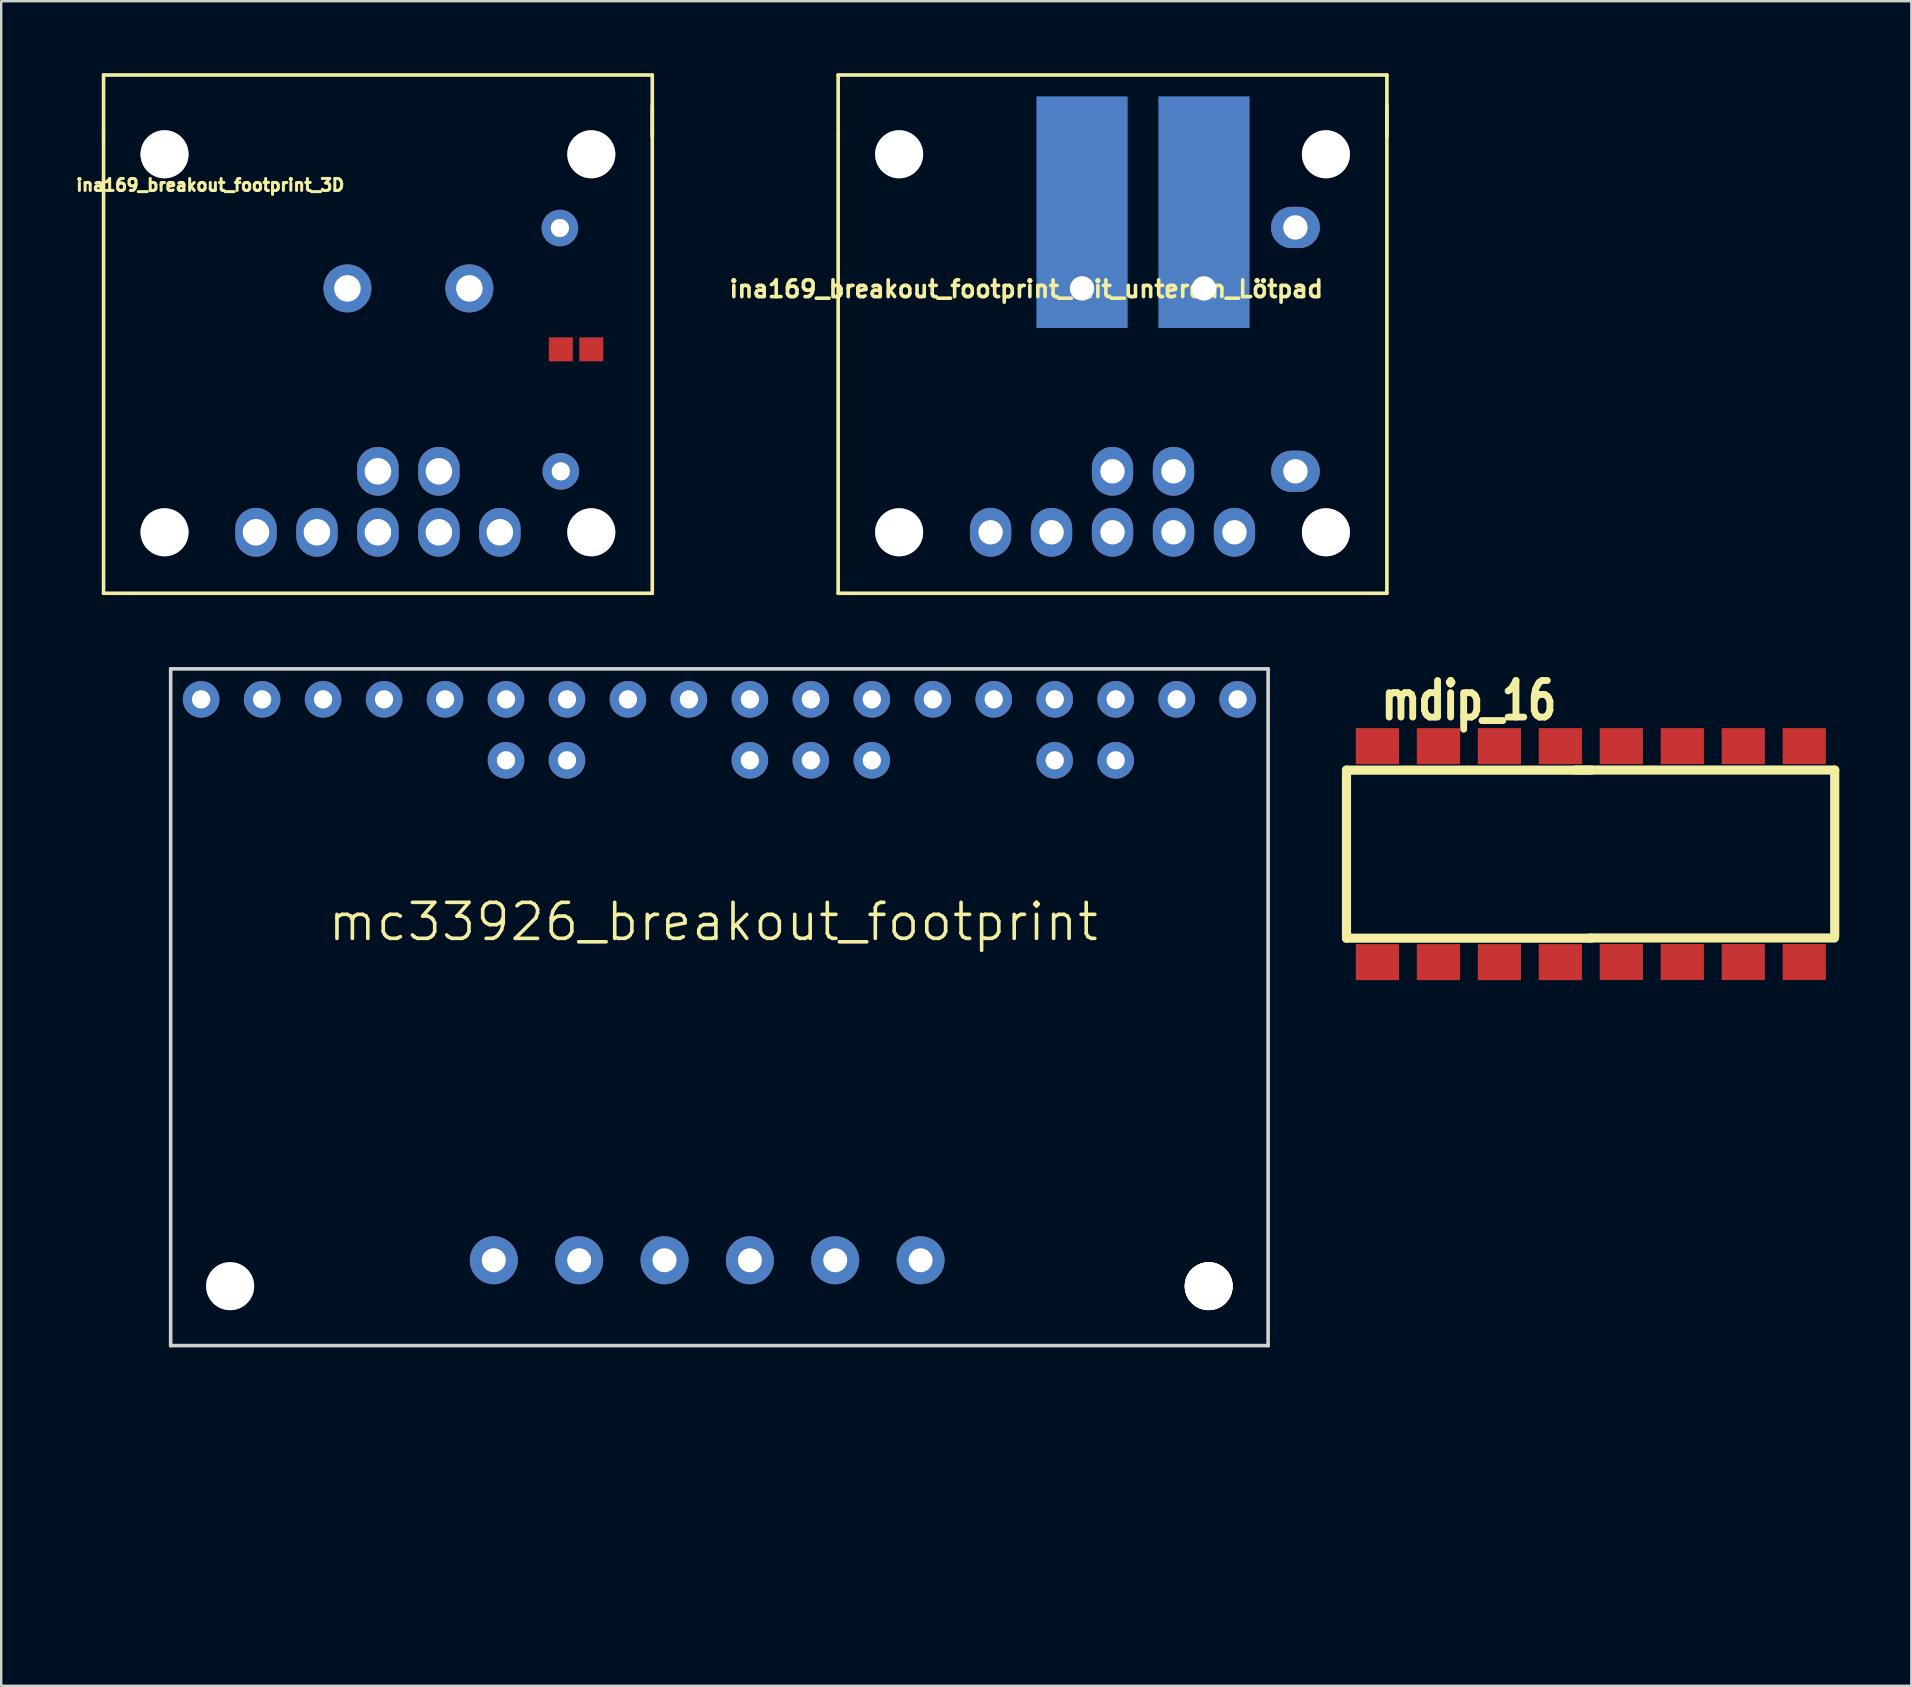
<source format=kicad_pcb>
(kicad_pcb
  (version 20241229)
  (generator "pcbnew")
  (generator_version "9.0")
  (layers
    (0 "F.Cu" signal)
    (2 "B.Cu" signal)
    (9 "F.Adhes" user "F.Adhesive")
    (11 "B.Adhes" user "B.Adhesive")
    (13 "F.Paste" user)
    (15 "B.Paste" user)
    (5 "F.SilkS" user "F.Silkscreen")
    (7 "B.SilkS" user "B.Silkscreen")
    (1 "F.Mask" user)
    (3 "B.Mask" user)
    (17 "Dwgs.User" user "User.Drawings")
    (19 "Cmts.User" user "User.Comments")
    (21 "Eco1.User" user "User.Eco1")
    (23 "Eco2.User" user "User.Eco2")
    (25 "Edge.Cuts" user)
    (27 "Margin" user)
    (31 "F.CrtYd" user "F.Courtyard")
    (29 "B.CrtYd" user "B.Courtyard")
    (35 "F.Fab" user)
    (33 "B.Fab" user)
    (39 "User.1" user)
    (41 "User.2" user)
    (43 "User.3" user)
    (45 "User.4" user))
  (footprint "ina169_breakout_footprint_3D"
    (layer "F.Cu")
    (at 12.694 11.505)
    (property "Reference" "ina169_breakout_footprint_3D" (at -6.985 -6.845 0) (layer "F.SilkS") (effects (font (size 0.5 0.5) (thickness 0.125))))
    (fp_line (start -11.43 -11.43) (end 11.43 -11.43) (stroke (width 0.15) (type solid)) (layer "F.SilkS"))
    (fp_line (start -11.43 -8.89) (end -11.43 -11.43) (stroke (width 0.15) (type solid)) (layer "F.SilkS"))
    (fp_line (start -11.43 -8.89) (end -11.43 10.16) (stroke (width 0.15) (type solid)) (layer "F.SilkS"))
    (fp_line (start 11.43 -11.43) (end 11.43 -8.89) (stroke (width 0.15) (type solid)) (layer "F.SilkS"))
    (fp_line (start 11.43 -8.89) (end 11.43 -10.16) (stroke (width 0.15) (type solid)) (layer "F.SilkS"))
    (fp_line (start 11.43 10.16) (end -11.43 10.16) (stroke (width 0.15) (type solid)) (layer "F.SilkS"))
    (fp_line (start 11.43 10.16) (end 11.43 -8.89) (stroke (width 0.15) (type solid)) (layer "F.SilkS"))
    (pad "" thru_hole circle (at -8.89 -8.128) (size 2 2) (drill 2) (layers "*.Cu" "*.Mask"))
    (pad "" thru_hole circle (at -8.89 7.62) (size 2 2) (drill 2) (layers "*.Cu" "*.Mask"))
    (pad "" thru_hole circle (at 8.89 -8.128) (size 2 2) (drill 2) (layers "*.Cu" "*.Mask"))
    (pad "" thru_hole circle (at 8.89 7.62) (size 2 2) (drill 2) (layers "*.Cu" "*.Mask"))
    (pad "1" thru_hole oval (at -5.08 7.62) (size 1.727 2.032) (drill 1.106) (layers "*.Cu" "*.Mask"))
    (pad "2" thru_hole oval (at -2.54 7.62) (size 1.727 2.032) (drill 1.106) (layers "*.Cu" "*.Mask"))
    (pad "2" thru_hole circle (at 7.582 -5.055) (size 1.524 1.524) (drill 0.762) (layers "*.Cu" "*.Mask"))
    (pad "2" smd rect (at 8.89 0) (size 1 1) (layers "F.Cu" "F.Mask" "F.Paste"))
    (pad "3" thru_hole circle (at -1.27 -2.54) (size 2 2) (drill 1.106) (layers "*.Cu" "*.Mask"))
    (pad "3" thru_hole oval (at 0 5.08) (size 1.727 2.032) (drill 1.106) (layers "*.Cu" "*.Mask"))
    (pad "3" thru_hole oval (at 0 7.62) (size 1.727 2.032) (drill 1.106) (layers "*.Cu" "*.Mask"))
    (pad "4" thru_hole oval (at 2.54 5.08) (size 1.727 2.032) (drill 1.106) (layers "*.Cu" "*.Mask"))
    (pad "4" thru_hole oval (at 2.54 7.62) (size 1.727 2.032) (drill 1.106) (layers "*.Cu" "*.Mask"))
    (pad "4" thru_hole circle (at 3.81 -2.54) (size 2 2) (drill 1.106) (layers "*.Cu" "*.Mask"))
    (pad "5" thru_hole oval (at 5.08 7.62) (size 1.727 2.032) (drill 1.106) (layers "*.Cu" "*.Mask"))
    (pad "5" thru_hole circle (at 7.62 5.08) (size 1.524 1.524) (drill 0.762) (layers "*.Cu" "*.Mask"))
    (pad "6" smd rect (at 7.62 0) (size 1 1) (layers "F.Cu" "F.Mask" "F.Paste")))
  (footprint "mdip_16"
    (layer "F.Cu")
    (at 63.225 32.534)
    (property "Reference" "mdip_16" (at -5.08 -6.401 0) (layer "F.SilkS") (effects (font (size 1.524 1.143) (thickness 0.287))))
    (fp_line (start -10.18 -3.5) (end -10.18 3.5) (stroke (width 0.381) (type solid)) (layer "F.SilkS"))
    (fp_line (start -10.18 3.5) (end 0.02 3.5) (stroke (width 0.381) (type solid)) (layer "F.SilkS"))
    (fp_line (start -0.635 -3.505) (end 10.16 -3.505) (stroke (width 0.381) (type solid)) (layer "F.SilkS"))
    (fp_line (start 0.02 -3.5) (end -10.18 -3.5) (stroke (width 0.381) (type solid)) (layer "F.SilkS"))
    (fp_line (start 10.147 3.493) (end -0.013 3.493) (stroke (width 0.381) (type solid)) (layer "F.SilkS"))
    (fp_line (start 10.16 -3.5) (end 10.16 3.429) (stroke (width 0.381) (type solid)) (layer "F.SilkS"))
    (pad "1" smd rect (at -8.89 4.5) (size 1.8 1.5) (layers "F.Cu" "F.Mask" "F.Paste"))
    (pad "2" smd rect (at -6.35 4.5) (size 1.8 1.5) (layers "F.Cu" "F.Mask" "F.Paste"))
    (pad "3" smd rect (at -3.81 4.5) (size 1.8 1.5) (layers "F.Cu" "F.Mask" "F.Paste"))
    (pad "4" smd rect (at -1.27 4.5) (size 1.8 1.5) (layers "F.Cu" "F.Mask" "F.Paste"))
    (pad "5" smd rect (at 1.27 4.496) (size 1.8 1.5) (layers "F.Cu" "F.Mask" "F.Paste"))
    (pad "6" smd rect (at 3.81 4.496) (size 1.8 1.5) (layers "F.Cu" "F.Mask" "F.Paste"))
    (pad "7" smd rect (at 6.35 4.496) (size 1.8 1.5) (layers "F.Cu" "F.Mask" "F.Paste"))
    (pad "8" smd rect (at 8.89 4.496) (size 1.8 1.5) (layers "F.Cu" "F.Mask" "F.Paste"))
    (pad "9" smd rect (at -8.89 -4.5) (size 1.8 1.5) (layers "F.Cu" "F.Mask" "F.Paste"))
    (pad "10" smd rect (at -6.35 -4.5) (size 1.8 1.5) (layers "F.Cu" "F.Mask" "F.Paste"))
    (pad "11" smd rect (at -3.81 -4.5) (size 1.8 1.5) (layers "F.Cu" "F.Mask" "F.Paste"))
    (pad "12" smd rect (at -1.27 -4.5) (size 1.8 1.5) (layers "F.Cu" "F.Mask" "F.Paste"))
    (pad "13" smd rect (at 1.27 -4.5) (size 1.8 1.5) (layers "F.Cu" "F.Mask" "F.Paste"))
    (pad "14" smd rect (at 3.81 -4.5) (size 1.8 1.5) (layers "F.Cu" "F.Mask" "F.Paste"))
    (pad "15" smd rect (at 6.35 -4.5) (size 1.8 1.5) (layers "F.Cu" "F.Mask" "F.Paste"))
    (pad "16" smd rect (at 8.89 -4.5) (size 1.8 1.5) (layers "F.Cu" "F.Mask" "F.Paste")))
  (footprint "mc33926_breakout_footprint"
    (layer "F.Cu")
    (at 0.25 63.931)
    (property "Reference" "mc33926_breakout_footprint" (at 26.416 -28.575 0) (layer "F.SilkS") (effects (font (size 1.5 1.5) (thickness 0.15))))
    (attr through_hole)
    (fp_circle (center 47.053 -13.399) (end 47.816 -13.906) (stroke (width 0.15) (type solid)) (fill no) (layer "F.SilkS"))
    (fp_circle (center 47.053 -13.399) (end 47.816 -13.906) (stroke (width 0.15) (type solid)) (fill no) (layer "F.SilkS"))
    (fp_circle (center 47.053 -13.399) (end 47.816 -13.906) (stroke (width 0.15) (type solid)) (fill no) (layer "F.SilkS"))
    (fp_circle (center 47.053 -13.399) (end 47.816 -13.906) (stroke (width 0.15) (type solid)) (fill no) (layer "F.SilkS"))
    (fp_line (start 3.81 -39.116) (end 49.53 -39.116) (stroke (width 0.15) (type solid)) (layer "Edge.Cuts"))
    (fp_line (start 3.81 -10.922) (end 3.81 -39.116) (stroke (width 0.15) (type solid)) (layer "Edge.Cuts"))
    (fp_line (start 49.53 -39.116) (end 49.53 -10.922) (stroke (width 0.15) (type solid)) (layer "Edge.Cuts"))
    (fp_line (start 49.53 -10.922) (end 3.81 -10.922) (stroke (width 0.15) (type solid)) (layer "Edge.Cuts"))
    (pad "1" thru_hole circle (at 5.08 -37.846) (size 1.524 1.524) (drill 0.762) (layers "*.Cu" "*.Mask"))
    (pad "2" thru_hole circle (at 7.62 -37.846) (size 1.524 1.524) (drill 0.762) (layers "*.Cu" "*.Mask"))
    (pad "2" thru_hole circle (at 20.32 -35.306) (size 1.524 1.524) (drill 0.762) (layers "*.Cu" "*.Mask"))
    (pad "2" thru_hole circle (at 43.18 -35.306) (size 1.524 1.524) (drill 0.762) (layers "*.Cu" "*.Mask"))
    (pad "3" thru_hole circle (at 10.16 -37.846) (size 1.524 1.524) (drill 0.762) (layers "*.Cu" "*.Mask"))
    (pad "3" thru_hole circle (at 17.78 -35.306) (size 1.524 1.524) (drill 0.762) (layers "*.Cu" "*.Mask"))
    (pad "3" thru_hole circle (at 27.94 -35.306) (size 1.524 1.524) (drill 0.762) (layers "*.Cu" "*.Mask"))
    (pad "3" thru_hole circle (at 30.48 -35.306) (size 1.524 1.524) (drill 0.762) (layers "*.Cu" "*.Mask"))
    (pad "3" thru_hole circle (at 33.02 -35.306) (size 1.524 1.524) (drill 0.762) (layers "*.Cu" "*.Mask"))
    (pad "3" thru_hole circle (at 40.64 -35.306) (size 1.524 1.524) (drill 0.762) (layers "*.Cu" "*.Mask"))
    (pad "4" thru_hole circle (at 12.7 -37.846) (size 1.524 1.524) (drill 0.762) (layers "*.Cu" "*.Mask"))
    (pad "5" thru_hole circle (at 15.24 -37.846) (size 1.524 1.524) (drill 0.762) (layers "*.Cu" "*.Mask"))
    (pad "6" thru_hole circle (at 17.78 -37.846) (size 1.524 1.524) (drill 0.762) (layers "*.Cu" "*.Mask"))
    (pad "7" thru_hole circle (at 20.32 -37.846) (size 1.524 1.524) (drill 0.762) (layers "*.Cu" "*.Mask"))
    (pad "8" thru_hole circle (at 22.86 -37.846) (size 1.524 1.524) (drill 0.762) (layers "*.Cu" "*.Mask"))
    (pad "9" thru_hole circle (at 25.4 -37.846) (size 1.524 1.524) (drill 0.762) (layers "*.Cu" "*.Mask"))
    (pad "10" thru_hole circle (at 27.94 -37.846) (size 1.524 1.524) (drill 0.762) (layers "*.Cu" "*.Mask"))
    (pad "11" thru_hole circle (at 30.48 -37.846) (size 1.524 1.524) (drill 0.762) (layers "*.Cu" "*.Mask"))
    (pad "12" thru_hole circle (at 33.02 -37.846) (size 1.524 1.524) (drill 0.762) (layers "*.Cu" "*.Mask"))
    (pad "13" thru_hole circle (at 35.56 -37.846) (size 1.524 1.524) (drill 0.762) (layers "*.Cu" "*.Mask"))
    (pad "14" thru_hole circle (at 38.1 -37.846) (size 1.524 1.524) (drill 0.762) (layers "*.Cu" "*.Mask"))
    (pad "15" thru_hole circle (at 40.64 -37.846) (size 1.524 1.524) (drill 0.762) (layers "*.Cu" "*.Mask"))
    (pad "16" thru_hole circle (at 43.18 -37.846) (size 1.524 1.524) (drill 0.762) (layers "*.Cu" "*.Mask"))
    (pad "17" thru_hole circle (at 45.72 -37.846) (size 1.524 1.524) (drill 0.762) (layers "*.Cu" "*.Mask"))
    (pad "18" thru_hole circle (at 48.26 -37.846) (size 1.524 1.524) (drill 0.762) (layers "*.Cu" "*.Mask"))
    (pad "19" thru_hole circle (at 17.272 -14.478) (size 2 2) (drill 1) (layers "*.Cu" "*.Mask"))
    (pad "20" thru_hole circle (at 20.828 -14.478) (size 2 2) (drill 1) (layers "*.Cu" "*.Mask"))
    (pad "21" thru_hole circle (at 24.384 -14.478) (size 2 2) (drill 1) (layers "*.Cu" "*.Mask"))
    (pad "22" thru_hole circle (at 27.94 -14.478) (size 2 2) (drill 1) (layers "*.Cu" "*.Mask"))
    (pad "23" thru_hole circle (at 31.496 -14.478) (size 2 2) (drill 1) (layers "*.Cu" "*.Mask"))
    (pad "24" thru_hole circle (at 35.052 -14.478) (size 2 2) (drill 1) (layers "*.Cu" "*.Mask"))
    (pad "~" thru_hole circle (at 6.287 -13.399) (size 2 2) (drill 2) (layers "*.Cu" "*.Mask"))
    (pad "~" thru_hole circle (at 47.053 -13.399) (size 2 2) (drill 2) (layers "*.Cu" "*.Mask")))
  (footprint "ina169_breakout_footprint_mit_unterem_Lötpad"
    (layer "F.Cu")
    (at 43.298 11.505)
    (property "Reference" "ina169_breakout_footprint_mit_unterem_Lötpad" (at -3.594 -2.515 0) (layer "F.SilkS") (effects (font (size 0.7 0.7) (thickness 0.15))))
    (fp_line (start -11.43 -11.43) (end 11.43 -11.43) (stroke (width 0.15) (type solid)) (layer "F.SilkS"))
    (fp_line (start -11.43 -8.89) (end -11.43 -11.43) (stroke (width 0.15) (type solid)) (layer "F.SilkS"))
    (fp_line (start -11.43 -8.89) (end -11.43 10.16) (stroke (width 0.15) (type solid)) (layer "F.SilkS"))
    (fp_line (start 11.43 -11.43) (end 11.43 -8.89) (stroke (width 0.15) (type solid)) (layer "F.SilkS"))
    (fp_line (start 11.43 -8.89) (end 11.43 -10.16) (stroke (width 0.15) (type solid)) (layer "F.SilkS"))
    (fp_line (start 11.43 10.16) (end -11.43 10.16) (stroke (width 0.15) (type solid)) (layer "F.SilkS"))
    (fp_line (start 11.43 10.16) (end 11.43 -8.89) (stroke (width 0.15) (type solid)) (layer "F.SilkS"))
    (pad "" thru_hole circle (at -8.89 -8.128) (size 2 2) (drill 2) (layers "*.Cu" "*.Mask"))
    (pad "" thru_hole circle (at -8.89 7.62) (size 2 2) (drill 2) (layers "*.Cu" "*.Mask"))
    (pad "" thru_hole circle (at 8.89 -8.128) (size 2 2) (drill 2) (layers "*.Cu" "*.Mask"))
    (pad "" thru_hole circle (at 8.89 7.62) (size 2 2) (drill 2) (layers "*.Cu" "*.Mask"))
    (pad "1" thru_hole oval (at -5.08 7.62) (size 1.72 2.032) (drill 1.016) (layers "*.Cu" "*.Mask"))
    (pad "2" thru_hole oval (at -2.54 7.62) (size 1.72 2.032) (drill 1.016) (layers "*.Cu" "*.Mask"))
    (pad "2" thru_hole oval (at 7.62 -5.08) (size 2.032 1.72) (drill 1.016) (layers "*.Cu" "*.Mask"))
    (pad "3" connect rect (at -1.27 -5.715) (size 3.8 9.65) (layers "B.Cu" "B.Mask"))
    (pad "3" thru_hole oval (at -1.27 -2.54) (size 1.72 2.032) (drill 1.016) (layers "*.Cu" "*.Mask"))
    (pad "3" thru_hole oval (at 0 5.08) (size 1.72 2.032) (drill 1.016) (layers "*.Cu" "*.Mask"))
    (pad "3" thru_hole oval (at 0 7.62) (size 1.72 2.032) (drill 1.016) (layers "*.Cu" "*.Mask"))
    (pad "4" thru_hole oval (at 2.54 5.08) (size 1.72 2.032) (drill 1.016) (layers "*.Cu" "*.Mask"))
    (pad "4" thru_hole oval (at 2.54 7.62) (size 1.72 2.032) (drill 1.016) (layers "*.Cu" "*.Mask"))
    (pad "4" smd rect (at 3.81 -5.715) (size 3.8 9.65) (layers "B.Cu" "B.Mask"))
    (pad "4" thru_hole oval (at 3.81 -2.54) (size 1.72 2.032) (drill 1.016) (layers "*.Cu" "*.Mask"))
    (pad "5" thru_hole oval (at 5.08 7.62) (size 1.72 2.032) (drill 1.016) (layers "*.Cu" "*.Mask"))
    (pad "5" thru_hole oval (at 7.62 5.08) (size 2.032 1.72) (drill 1.016) (layers "*.Cu" "*.Mask")))
  (gr_rect
    (start -3 -3)
    (end 76.576 67.181)
    (stroke (width 0.1) (type default))
    (fill no)
    (layer "Edge.Cuts")))
</source>
